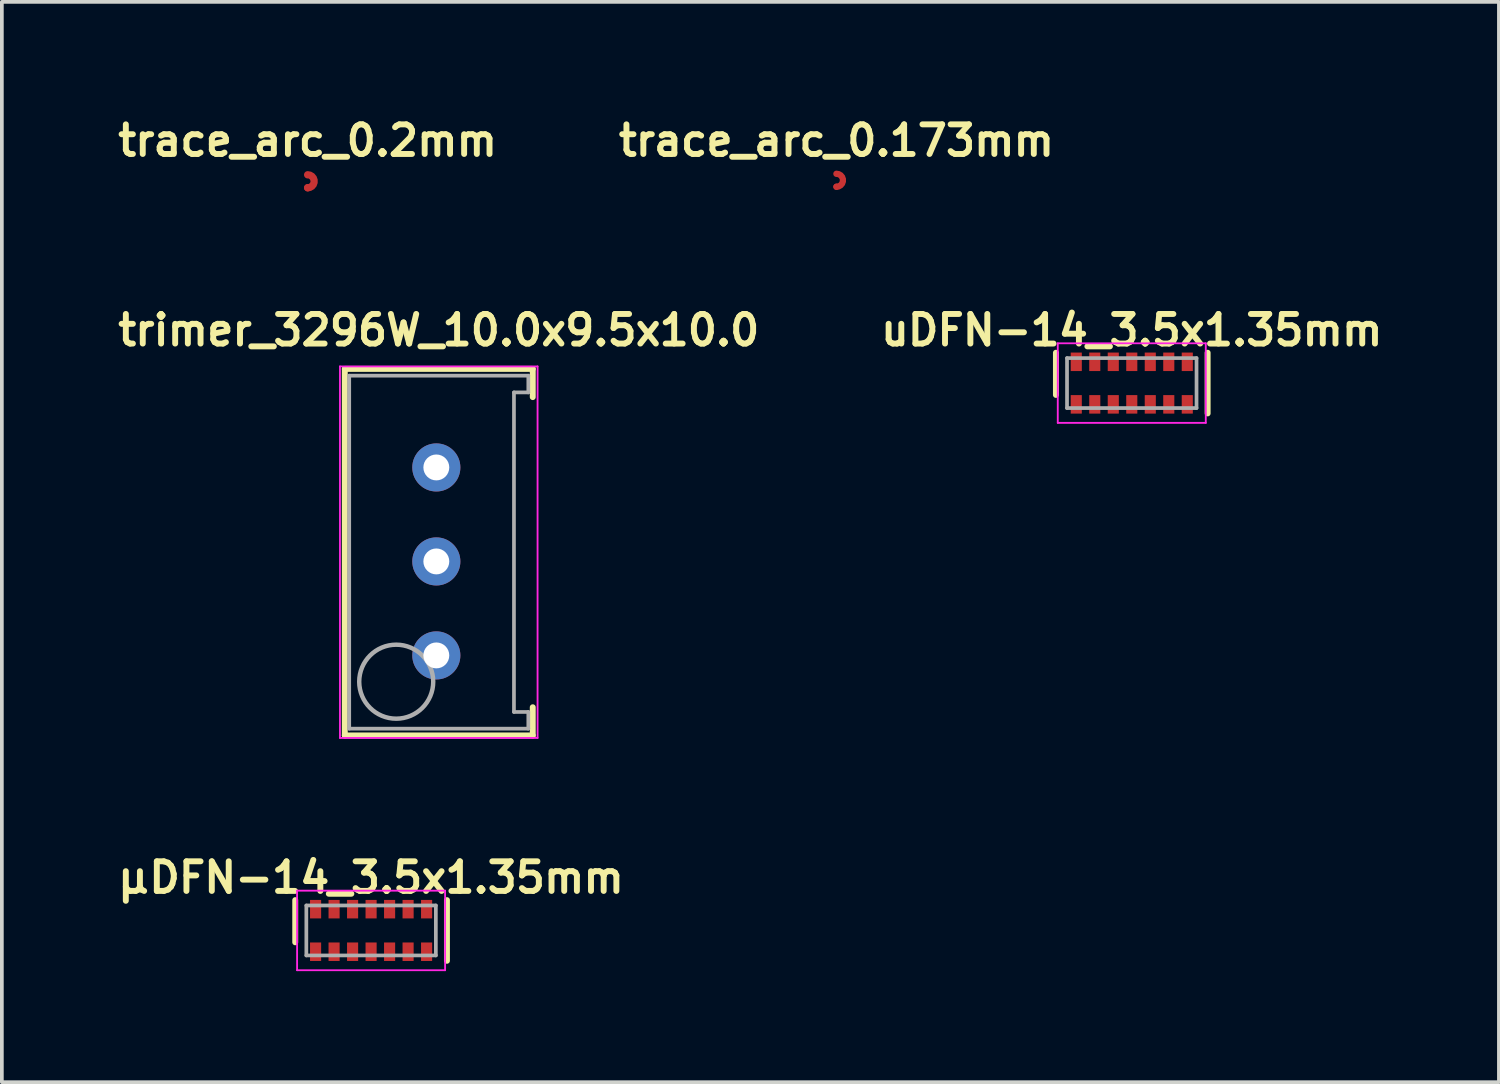
<source format=kicad_pcb>
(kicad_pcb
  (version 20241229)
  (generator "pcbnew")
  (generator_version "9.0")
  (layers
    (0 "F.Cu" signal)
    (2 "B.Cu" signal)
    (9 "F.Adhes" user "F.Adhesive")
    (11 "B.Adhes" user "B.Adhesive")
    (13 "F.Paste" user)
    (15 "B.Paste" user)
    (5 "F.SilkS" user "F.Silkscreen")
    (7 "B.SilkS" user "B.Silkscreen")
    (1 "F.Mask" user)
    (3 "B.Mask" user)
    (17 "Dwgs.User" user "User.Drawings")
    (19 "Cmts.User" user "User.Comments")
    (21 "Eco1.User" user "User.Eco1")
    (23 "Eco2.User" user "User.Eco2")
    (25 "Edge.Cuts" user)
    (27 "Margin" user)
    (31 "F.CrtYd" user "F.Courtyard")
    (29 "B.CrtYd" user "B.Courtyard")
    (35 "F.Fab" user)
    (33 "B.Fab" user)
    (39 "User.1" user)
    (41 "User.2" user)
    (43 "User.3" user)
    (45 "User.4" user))
  (footprint "uDFN-14_3.5x1.35mm"
    (layer "F.Cu")
    (at 27.537 7.303)
    (property "Reference" "uDFN-14_3.5x1.35mm" (at 0 -1.43 0) (layer "F.SilkS") (effects (font (size 0.8 0.8) (thickness 0.16))))
    (attr through_hole)
    (fp_line (start -2.05 0.32) (end -2.05 -0.82) (stroke (width 0.16) (type solid)) (layer "F.SilkS"))
    (fp_line (start 2.05 -0.82) (end 2.05 0.82) (stroke (width 0.16) (type solid)) (layer "F.SilkS"))
    (fp_line (start -2 -1.075) (end 2 -1.075) (stroke (width 0.05) (type solid)) (layer "F.CrtYd"))
    (fp_line (start -2 1.075) (end -2 -1.075) (stroke (width 0.05) (type solid)) (layer "F.CrtYd"))
    (fp_line (start 2 -1.075) (end 2 1.075) (stroke (width 0.05) (type solid)) (layer "F.CrtYd"))
    (fp_line (start 2 1.075) (end -2 1.075) (stroke (width 0.05) (type solid)) (layer "F.CrtYd"))
    (fp_line (start -1.75 -0.675) (end -1.75 0.675) (stroke (width 0.1) (type solid)) (layer "F.Fab"))
    (fp_line (start -1.75 0.675) (end 1.75 0.675) (stroke (width 0.1) (type solid)) (layer "F.Fab"))
    (fp_line (start 1.75 -0.675) (end -1.75 -0.675) (stroke (width 0.1) (type solid)) (layer "F.Fab"))
    (fp_line (start 1.75 0.675) (end 1.75 -0.675) (stroke (width 0.1) (type solid)) (layer "F.Fab"))
    (pad "1" smd rect (at -1.5 0.575) (size 0.3 0.5) (layers "F.Cu" "F.Mask" "F.Paste"))
    (pad "2" smd rect (at -1 0.575) (size 0.3 0.5) (layers "F.Cu" "F.Mask" "F.Paste"))
    (pad "3" smd rect (at -0.5 0.575) (size 0.3 0.5) (layers "F.Cu" "F.Mask" "F.Paste"))
    (pad "4" smd rect (at 0 0.575) (size 0.3 0.5) (layers "F.Cu" "F.Mask" "F.Paste"))
    (pad "5" smd rect (at 0.5 0.575) (size 0.3 0.5) (layers "F.Cu" "F.Mask" "F.Paste"))
    (pad "6" smd rect (at 1 0.575) (size 0.3 0.5) (layers "F.Cu" "F.Mask" "F.Paste"))
    (pad "7" smd rect (at 1.5 0.575) (size 0.3 0.5) (layers "F.Cu" "F.Mask" "F.Paste"))
    (pad "8" smd rect (at 1.5 -0.575) (size 0.3 0.5) (layers "F.Cu" "F.Mask" "F.Paste"))
    (pad "9" smd rect (at 1 -0.575) (size 0.3 0.5) (layers "F.Cu" "F.Mask" "F.Paste"))
    (pad "10" smd rect (at 0.5 -0.575) (size 0.3 0.5) (layers "F.Cu" "F.Mask" "F.Paste"))
    (pad "11" smd rect (at 0 -0.575) (size 0.3 0.5) (layers "F.Cu" "F.Mask" "F.Paste"))
    (pad "12" smd rect (at -0.5 -0.575) (size 0.3 0.5) (layers "F.Cu" "F.Mask" "F.Paste"))
    (pad "13" smd rect (at -1 -0.575) (size 0.3 0.5) (layers "F.Cu" "F.Mask" "F.Paste"))
    (pad "14" smd rect (at -1.5 -0.575) (size 0.3 0.5) (layers "F.Cu" "F.Mask" "F.Paste")))
  (footprint "trace_arc_0.2mm"
    (layer "F.Cu")
    (at 5.265 1.674)
    (property "Reference" "trace_arc_0.2mm" (at 0 -0.925 180) (layer "F.SilkS") (effects (font (size 0.8 0.8) (thickness 0.16))))
    (attr exclude_from_pos_files exclude_from_bom)
    (pad "1" smd custom (at 0 0) (size 0.2 0.2) (layers "F.Cu") (options (anchor circle)) (primitives (gr_arc (start 0 0) (mid 0.175 0.175) (end 0 0.35) (width 0.2))))
    (pad "1" smd circle (at 0 0.35) (size 0.2 0.2) (layers "F.Cu")))
  (footprint "trimer_3296W_10.0x9.5x10.0"
    (layer "F.Cu")
    (at 8.742 12.123)
    (property "Reference" "trimer_3296W_10.0x9.5x10.0" (at 0.066 -6.25 0) (layer "F.SilkS") (effects (font (size 0.8 0.8) (thickness 0.16))))
    (attr through_hole)
    (fp_line (start -2.474 -5.203) (end -2.474 4.703) (stroke (width 0.16) (type solid)) (layer "F.SilkS"))
    (fp_line (start -2.474 -5.203) (end 2.606 -5.203) (stroke (width 0.16) (type solid)) (layer "F.SilkS"))
    (fp_line (start 2.606 -4.441) (end 2.606 -5.203) (stroke (width 0.16) (type solid)) (layer "F.SilkS"))
    (fp_line (start 2.606 4.703) (end -2.474 4.703) (stroke (width 0.16) (type solid)) (layer "F.SilkS"))
    (fp_line (start 2.606 4.703) (end 2.606 3.941) (stroke (width 0.16) (type solid)) (layer "F.SilkS"))
    (fp_line (start -2.604 -5.27) (end -2.604 4.77) (stroke (width 0.05) (type solid)) (layer "F.CrtYd"))
    (fp_line (start -2.604 4.77) (end 2.736 4.77) (stroke (width 0.05) (type solid)) (layer "F.CrtYd"))
    (fp_line (start 2.736 -5.27) (end -2.604 -5.27) (stroke (width 0.05) (type solid)) (layer "F.CrtYd"))
    (fp_line (start 2.736 -5.27) (end 2.736 4.77) (stroke (width 0.05) (type solid)) (layer "F.CrtYd"))
    (fp_line (start -2.354 4.52) (end -2.354 -5.02) (stroke (width 0.1) (type solid)) (layer "F.Fab"))
    (fp_line (start 2.098 -4.568) (end 2.098 4.068) (stroke (width 0.1) (type solid)) (layer "F.Fab"))
    (fp_line (start 2.098 -4.568) (end 2.486 -4.568) (stroke (width 0.1) (type solid)) (layer "F.Fab"))
    (fp_line (start 2.098 4.068) (end 2.486 4.068) (stroke (width 0.1) (type solid)) (layer "F.Fab"))
    (fp_line (start 2.486 -5.02) (end -2.354 -5.02) (stroke (width 0.1) (type solid)) (layer "F.Fab"))
    (fp_line (start 2.486 -5.02) (end 2.486 -4.568) (stroke (width 0.1) (type solid)) (layer "F.Fab"))
    (fp_line (start 2.486 4.52) (end -2.354 4.52) (stroke (width 0.1) (type solid)) (layer "F.Fab"))
    (fp_line (start 2.486 4.52) (end 2.486 4.068) (stroke (width 0.1) (type solid)) (layer "F.Fab"))
    (fp_circle (center -1.084 3.25) (end -0.084 3.25) (stroke (width 0.12) (type solid)) (fill no) (layer "F.Fab"))
    (pad "1" thru_hole circle (at 0 2.54) (size 1.3 1.3) (drill 0.7) (layers "*.Cu" "*.Mask"))
    (pad "2" thru_hole circle (at 0 0) (size 1.3 1.3) (drill 0.7) (layers "*.Cu" "*.Mask"))
    (pad "3" thru_hole circle (at 0 -2.54) (size 1.3 1.3) (drill 0.7) (layers "*.Cu" "*.Mask")))
  (footprint "µDFN-14_3.5x1.35mm"
    (layer "F.Cu")
    (at 6.979 22.096)
    (property "Reference" "µDFN-14_3.5x1.35mm" (at 0 -1.43 0) (layer "F.SilkS") (effects (font (size 0.8 0.8) (thickness 0.16))))
    (attr through_hole)
    (fp_line (start -2.05 0.32) (end -2.05 -0.82) (stroke (width 0.16) (type solid)) (layer "F.SilkS"))
    (fp_line (start 2.05 -0.82) (end 2.05 0.82) (stroke (width 0.16) (type solid)) (layer "F.SilkS"))
    (fp_line (start -2 -1.075) (end 2 -1.075) (stroke (width 0.05) (type solid)) (layer "F.CrtYd"))
    (fp_line (start -2 1.075) (end -2 -1.075) (stroke (width 0.05) (type solid)) (layer "F.CrtYd"))
    (fp_line (start 2 -1.075) (end 2 1.075) (stroke (width 0.05) (type solid)) (layer "F.CrtYd"))
    (fp_line (start 2 1.075) (end -2 1.075) (stroke (width 0.05) (type solid)) (layer "F.CrtYd"))
    (fp_line (start -1.75 -0.675) (end -1.75 0.675) (stroke (width 0.1) (type solid)) (layer "F.Fab"))
    (fp_line (start -1.75 0.675) (end 1.75 0.675) (stroke (width 0.1) (type solid)) (layer "F.Fab"))
    (fp_line (start 1.75 -0.675) (end -1.75 -0.675) (stroke (width 0.1) (type solid)) (layer "F.Fab"))
    (fp_line (start 1.75 0.675) (end 1.75 -0.675) (stroke (width 0.1) (type solid)) (layer "F.Fab"))
    (pad "1" smd rect (at -1.5 0.575) (size 0.3 0.5) (layers "F.Cu" "F.Mask" "F.Paste"))
    (pad "2" smd rect (at -1 0.575) (size 0.3 0.5) (layers "F.Cu" "F.Mask" "F.Paste"))
    (pad "3" smd rect (at -0.5 0.575) (size 0.3 0.5) (layers "F.Cu" "F.Mask" "F.Paste"))
    (pad "4" smd rect (at 0 0.575) (size 0.3 0.5) (layers "F.Cu" "F.Mask" "F.Paste"))
    (pad "5" smd rect (at 0.5 0.575) (size 0.3 0.5) (layers "F.Cu" "F.Mask" "F.Paste"))
    (pad "6" smd rect (at 1 0.575) (size 0.3 0.5) (layers "F.Cu" "F.Mask" "F.Paste"))
    (pad "7" smd rect (at 1.5 0.575) (size 0.3 0.5) (layers "F.Cu" "F.Mask" "F.Paste"))
    (pad "8" smd rect (at 1.5 -0.575) (size 0.3 0.5) (layers "F.Cu" "F.Mask" "F.Paste"))
    (pad "9" smd rect (at 1 -0.575) (size 0.3 0.5) (layers "F.Cu" "F.Mask" "F.Paste"))
    (pad "10" smd rect (at 0.5 -0.575) (size 0.3 0.5) (layers "F.Cu" "F.Mask" "F.Paste"))
    (pad "11" smd rect (at 0 -0.575) (size 0.3 0.5) (layers "F.Cu" "F.Mask" "F.Paste"))
    (pad "12" smd rect (at -0.5 -0.575) (size 0.3 0.5) (layers "F.Cu" "F.Mask" "F.Paste"))
    (pad "13" smd rect (at -1 -0.575) (size 0.3 0.5) (layers "F.Cu" "F.Mask" "F.Paste"))
    (pad "14" smd rect (at -1.5 -0.575) (size 0.3 0.5) (layers "F.Cu" "F.Mask" "F.Paste")))
  (footprint "trace_arc_0.173mm"
    (layer "F.Cu")
    (at 19.556 1.647)
    (property "Reference" "trace_arc_0.173mm" (at 0 -0.898 0) (layer "F.SilkS") (effects (font (size 0.8 0.8) (thickness 0.16))))
    (attr exclude_from_pos_files exclude_from_bom)
    (pad "1" smd custom (at 0 0) (size 0.173 0.173) (layers "F.Cu") (options (anchor circle)) (primitives (gr_arc (start 0 0) (mid 0.175 0.175) (end 0 0.35) (width 0.173))))
    (pad "1" smd circle (at 0 0.35) (size 0.173 0.173) (layers "F.Cu")))
  (gr_rect
    (start -3 -3)
    (end 37.459 26.196)
    (stroke (width 0.1) (type default))
    (fill no)
    (layer "Edge.Cuts")))
</source>
